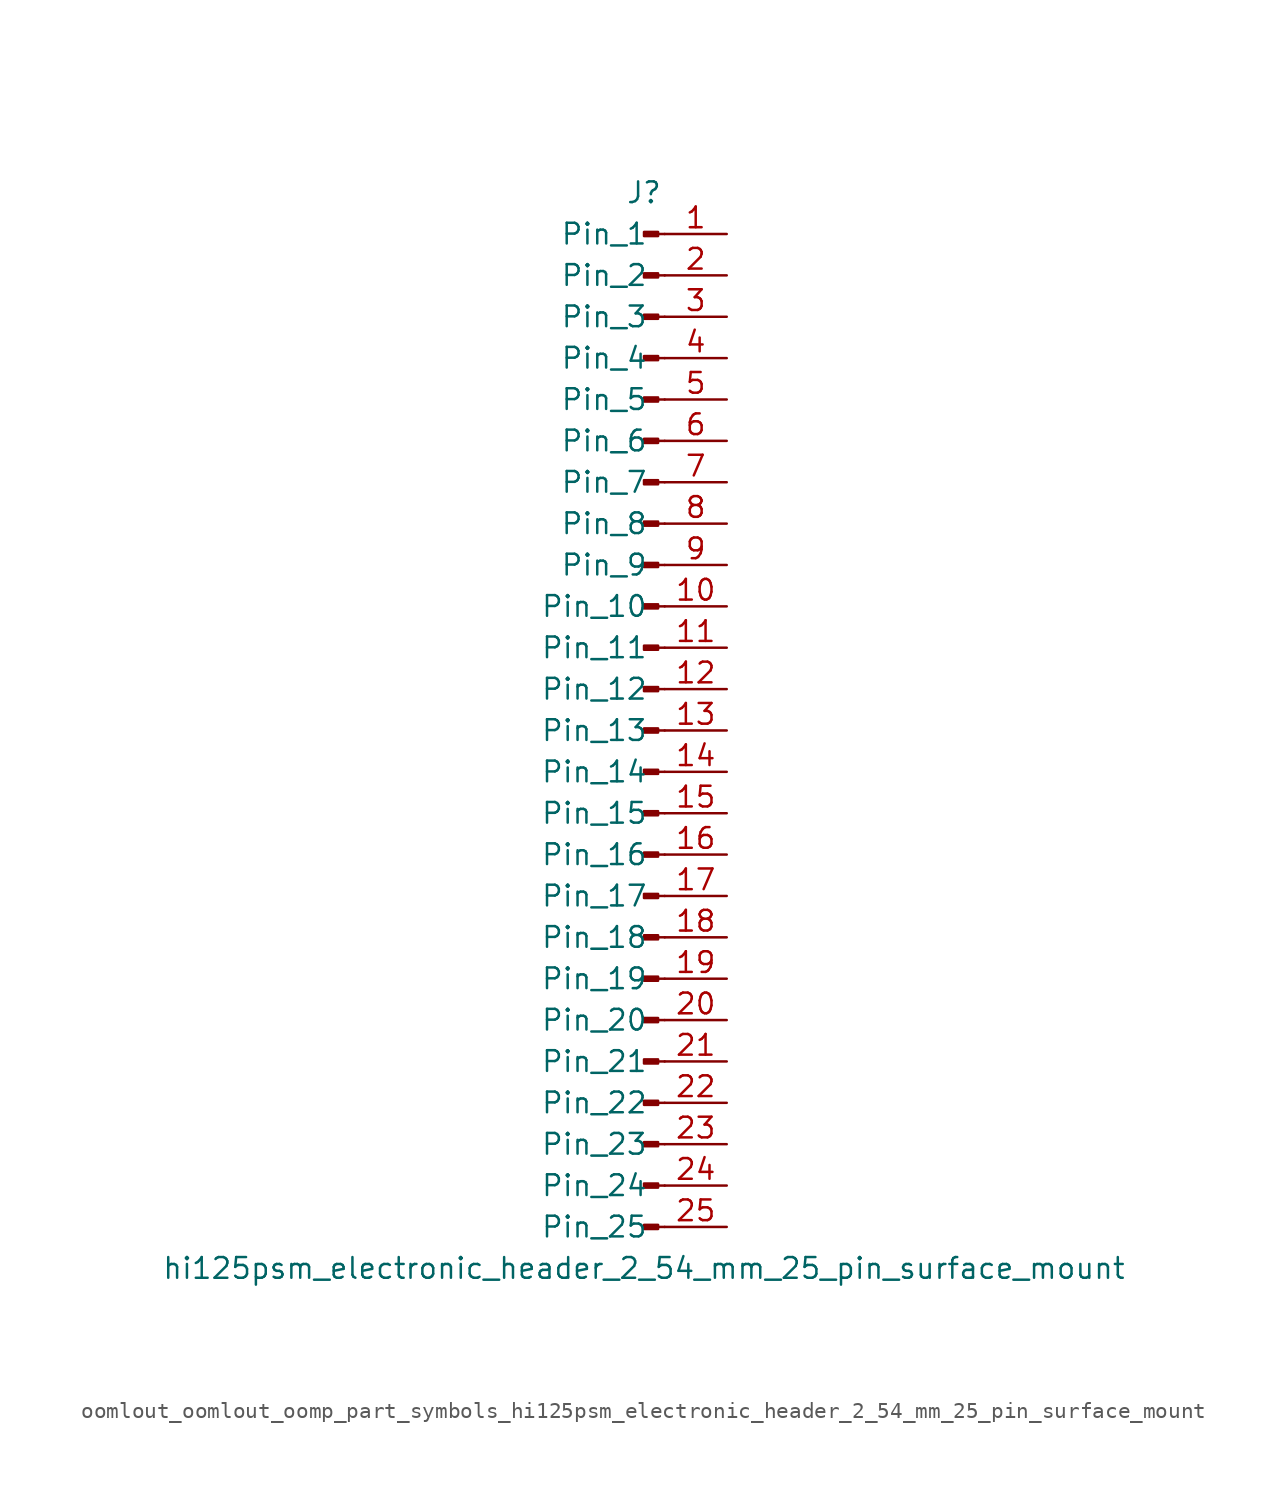
<source format=kicad_sym>
(kicad_symbol_lib
  (version 20220914)
  (generator kicad_symbol_editor)
  (symbol "oomlout_oomlout_oomp_part_symbols_hi125psm_electronic_header_2_54_mm_25_pin_surface_mount"
    (pin_names
      (offset 1.016))
    (property "Reference" "J"
      (at 0 33.02 0)
      (effects (font (size 1.27 1.27))))
    (property "Value" "hi125psm_electronic_header_2_54_mm_25_pin_surface_mount"
      (at 0 -33.02 0)
      (effects (font (size 1.27 1.27))))
    (property "ki_locked" ""
      (at 0 0 0)
      (effects (font (size 1.27 1.27))))
    (symbol "oomlout_oomlout_oomp_part_symbols_hi125psm_electronic_header_2_54_mm_25_pin_surface_mount_1_1"
      (polyline (pts (xy 1.27 -30.48) (xy 0.864 -30.48)) (stroke (width 0.152) (type default)) (fill (type none)))
      (polyline (pts (xy 1.27 -27.94) (xy 0.864 -27.94)) (stroke (width 0.152) (type default)) (fill (type none)))
      (polyline (pts (xy 1.27 -25.4) (xy 0.864 -25.4)) (stroke (width 0.152) (type default)) (fill (type none)))
      (polyline (pts (xy 1.27 -22.86) (xy 0.864 -22.86)) (stroke (width 0.152) (type default)) (fill (type none)))
      (polyline (pts (xy 1.27 -20.32) (xy 0.864 -20.32)) (stroke (width 0.152) (type default)) (fill (type none)))
      (polyline (pts (xy 1.27 -17.78) (xy 0.864 -17.78)) (stroke (width 0.152) (type default)) (fill (type none)))
      (polyline (pts (xy 1.27 -15.24) (xy 0.864 -15.24)) (stroke (width 0.152) (type default)) (fill (type none)))
      (polyline (pts (xy 1.27 -12.7) (xy 0.864 -12.7)) (stroke (width 0.152) (type default)) (fill (type none)))
      (polyline (pts (xy 1.27 -10.16) (xy 0.864 -10.16)) (stroke (width 0.152) (type default)) (fill (type none)))
      (polyline (pts (xy 1.27 -7.62) (xy 0.864 -7.62)) (stroke (width 0.152) (type default)) (fill (type none)))
      (polyline (pts (xy 1.27 -5.08) (xy 0.864 -5.08)) (stroke (width 0.152) (type default)) (fill (type none)))
      (polyline (pts (xy 1.27 -2.54) (xy 0.864 -2.54)) (stroke (width 0.152) (type default)) (fill (type none)))
      (polyline (pts (xy 1.27 0) (xy 0.864 0)) (stroke (width 0.152) (type default)) (fill (type none)))
      (polyline (pts (xy 1.27 2.54) (xy 0.864 2.54)) (stroke (width 0.152) (type default)) (fill (type none)))
      (polyline (pts (xy 1.27 5.08) (xy 0.864 5.08)) (stroke (width 0.152) (type default)) (fill (type none)))
      (polyline (pts (xy 1.27 7.62) (xy 0.864 7.62)) (stroke (width 0.152) (type default)) (fill (type none)))
      (polyline (pts (xy 1.27 10.16) (xy 0.864 10.16)) (stroke (width 0.152) (type default)) (fill (type none)))
      (polyline (pts (xy 1.27 12.7) (xy 0.864 12.7)) (stroke (width 0.152) (type default)) (fill (type none)))
      (polyline (pts (xy 1.27 15.24) (xy 0.864 15.24)) (stroke (width 0.152) (type default)) (fill (type none)))
      (polyline (pts (xy 1.27 17.78) (xy 0.864 17.78)) (stroke (width 0.152) (type default)) (fill (type none)))
      (polyline (pts (xy 1.27 20.32) (xy 0.864 20.32)) (stroke (width 0.152) (type default)) (fill (type none)))
      (polyline (pts (xy 1.27 22.86) (xy 0.864 22.86)) (stroke (width 0.152) (type default)) (fill (type none)))
      (polyline (pts (xy 1.27 25.4) (xy 0.864 25.4)) (stroke (width 0.152) (type default)) (fill (type none)))
      (polyline (pts (xy 1.27 27.94) (xy 0.864 27.94)) (stroke (width 0.152) (type default)) (fill (type none)))
      (polyline (pts (xy 1.27 30.48) (xy 0.864 30.48)) (stroke (width 0.152) (type default)) (fill (type none)))
      (rectangle (start 0.864 -30.353) (end 0 -30.607) (stroke (width 0.152) (type default)) (fill (type outline)))
      (rectangle (start 0.864 -27.813) (end 0 -28.067) (stroke (width 0.152) (type default)) (fill (type outline)))
      (rectangle (start 0.864 -25.273) (end 0 -25.527) (stroke (width 0.152) (type default)) (fill (type outline)))
      (rectangle (start 0.864 -22.733) (end 0 -22.987) (stroke (width 0.152) (type default)) (fill (type outline)))
      (rectangle (start 0.864 -20.193) (end 0 -20.447) (stroke (width 0.152) (type default)) (fill (type outline)))
      (rectangle (start 0.864 -17.653) (end 0 -17.907) (stroke (width 0.152) (type default)) (fill (type outline)))
      (rectangle (start 0.864 -15.113) (end 0 -15.367) (stroke (width 0.152) (type default)) (fill (type outline)))
      (rectangle (start 0.864 -12.573) (end 0 -12.827) (stroke (width 0.152) (type default)) (fill (type outline)))
      (rectangle (start 0.864 -10.033) (end 0 -10.287) (stroke (width 0.152) (type default)) (fill (type outline)))
      (rectangle (start 0.864 -7.493) (end 0 -7.747) (stroke (width 0.152) (type default)) (fill (type outline)))
      (rectangle (start 0.864 -4.953) (end 0 -5.207) (stroke (width 0.152) (type default)) (fill (type outline)))
      (rectangle (start 0.864 -2.413) (end 0 -2.667) (stroke (width 0.152) (type default)) (fill (type outline)))
      (rectangle (start 0.864 0.127) (end 0 -0.127) (stroke (width 0.152) (type default)) (fill (type outline)))
      (rectangle (start 0.864 2.667) (end 0 2.413) (stroke (width 0.152) (type default)) (fill (type outline)))
      (rectangle (start 0.864 5.207) (end 0 4.953) (stroke (width 0.152) (type default)) (fill (type outline)))
      (rectangle (start 0.864 7.747) (end 0 7.493) (stroke (width 0.152) (type default)) (fill (type outline)))
      (rectangle (start 0.864 10.287) (end 0 10.033) (stroke (width 0.152) (type default)) (fill (type outline)))
      (rectangle (start 0.864 12.827) (end 0 12.573) (stroke (width 0.152) (type default)) (fill (type outline)))
      (rectangle (start 0.864 15.367) (end 0 15.113) (stroke (width 0.152) (type default)) (fill (type outline)))
      (rectangle (start 0.864 17.907) (end 0 17.653) (stroke (width 0.152) (type default)) (fill (type outline)))
      (rectangle (start 0.864 20.447) (end 0 20.193) (stroke (width 0.152) (type default)) (fill (type outline)))
      (rectangle (start 0.864 22.987) (end 0 22.733) (stroke (width 0.152) (type default)) (fill (type outline)))
      (rectangle (start 0.864 25.527) (end 0 25.273) (stroke (width 0.152) (type default)) (fill (type outline)))
      (rectangle (start 0.864 28.067) (end 0 27.813) (stroke (width 0.152) (type default)) (fill (type outline)))
      (rectangle (start 0.864 30.607) (end 0 30.353) (stroke (width 0.152) (type default)) (fill (type outline)))
      (pin passive line (at 5.08 30.48 180) (length 3.81) (name "Pin_1" (effects (font (size 1.27 1.27)))) (number "1" (effects (font (size 1.27 1.27)))))
      (pin passive line (at 5.08 7.62 180) (length 3.81) (name "Pin_10" (effects (font (size 1.27 1.27)))) (number "10" (effects (font (size 1.27 1.27)))))
      (pin passive line (at 5.08 5.08 180) (length 3.81) (name "Pin_11" (effects (font (size 1.27 1.27)))) (number "11" (effects (font (size 1.27 1.27)))))
      (pin passive line (at 5.08 2.54 180) (length 3.81) (name "Pin_12" (effects (font (size 1.27 1.27)))) (number "12" (effects (font (size 1.27 1.27)))))
      (pin passive line (at 5.08 0 180) (length 3.81) (name "Pin_13" (effects (font (size 1.27 1.27)))) (number "13" (effects (font (size 1.27 1.27)))))
      (pin passive line (at 5.08 -2.54 180) (length 3.81) (name "Pin_14" (effects (font (size 1.27 1.27)))) (number "14" (effects (font (size 1.27 1.27)))))
      (pin passive line (at 5.08 -5.08 180) (length 3.81) (name "Pin_15" (effects (font (size 1.27 1.27)))) (number "15" (effects (font (size 1.27 1.27)))))
      (pin passive line (at 5.08 -7.62 180) (length 3.81) (name "Pin_16" (effects (font (size 1.27 1.27)))) (number "16" (effects (font (size 1.27 1.27)))))
      (pin passive line (at 5.08 -10.16 180) (length 3.81) (name "Pin_17" (effects (font (size 1.27 1.27)))) (number "17" (effects (font (size 1.27 1.27)))))
      (pin passive line (at 5.08 -12.7 180) (length 3.81) (name "Pin_18" (effects (font (size 1.27 1.27)))) (number "18" (effects (font (size 1.27 1.27)))))
      (pin passive line (at 5.08 -15.24 180) (length 3.81) (name "Pin_19" (effects (font (size 1.27 1.27)))) (number "19" (effects (font (size 1.27 1.27)))))
      (pin passive line (at 5.08 27.94 180) (length 3.81) (name "Pin_2" (effects (font (size 1.27 1.27)))) (number "2" (effects (font (size 1.27 1.27)))))
      (pin passive line (at 5.08 -17.78 180) (length 3.81) (name "Pin_20" (effects (font (size 1.27 1.27)))) (number "20" (effects (font (size 1.27 1.27)))))
      (pin passive line (at 5.08 -20.32 180) (length 3.81) (name "Pin_21" (effects (font (size 1.27 1.27)))) (number "21" (effects (font (size 1.27 1.27)))))
      (pin passive line (at 5.08 -22.86 180) (length 3.81) (name "Pin_22" (effects (font (size 1.27 1.27)))) (number "22" (effects (font (size 1.27 1.27)))))
      (pin passive line (at 5.08 -25.4 180) (length 3.81) (name "Pin_23" (effects (font (size 1.27 1.27)))) (number "23" (effects (font (size 1.27 1.27)))))
      (pin passive line (at 5.08 -27.94 180) (length 3.81) (name "Pin_24" (effects (font (size 1.27 1.27)))) (number "24" (effects (font (size 1.27 1.27)))))
      (pin passive line (at 5.08 -30.48 180) (length 3.81) (name "Pin_25" (effects (font (size 1.27 1.27)))) (number "25" (effects (font (size 1.27 1.27)))))
      (pin passive line (at 5.08 25.4 180) (length 3.81) (name "Pin_3" (effects (font (size 1.27 1.27)))) (number "3" (effects (font (size 1.27 1.27)))))
      (pin passive line (at 5.08 22.86 180) (length 3.81) (name "Pin_4" (effects (font (size 1.27 1.27)))) (number "4" (effects (font (size 1.27 1.27)))))
      (pin passive line (at 5.08 20.32 180) (length 3.81) (name "Pin_5" (effects (font (size 1.27 1.27)))) (number "5" (effects (font (size 1.27 1.27)))))
      (pin passive line (at 5.08 17.78 180) (length 3.81) (name "Pin_6" (effects (font (size 1.27 1.27)))) (number "6" (effects (font (size 1.27 1.27)))))
      (pin passive line (at 5.08 15.24 180) (length 3.81) (name "Pin_7" (effects (font (size 1.27 1.27)))) (number "7" (effects (font (size 1.27 1.27)))))
      (pin passive line (at 5.08 12.7 180) (length 3.81) (name "Pin_8" (effects (font (size 1.27 1.27)))) (number "8" (effects (font (size 1.27 1.27)))))
      (pin passive line (at 5.08 10.16 180) (length 3.81) (name "Pin_9" (effects (font (size 1.27 1.27)))) (number "9" (effects (font (size 1.27 1.27))))))))
</source>
